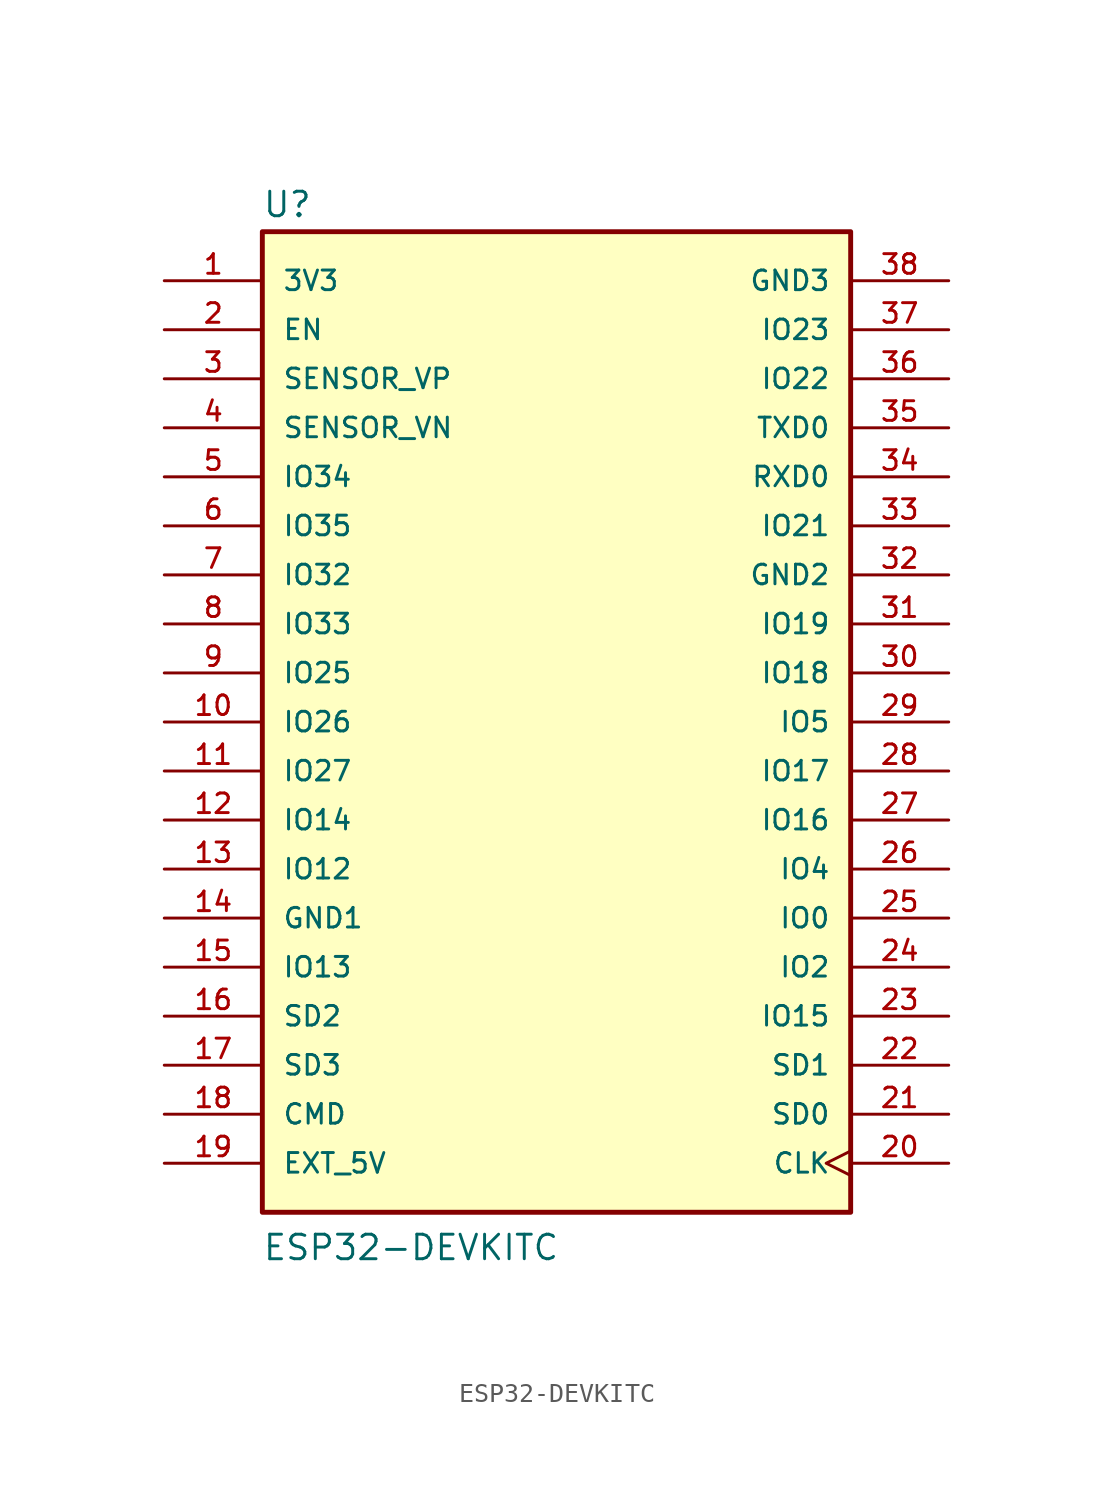
<source format=kicad_sym>
(kicad_symbol_lib
  (version 20211014)
  (generator kicad_symbol_editor)
  (symbol "ESP32-DEVKITC"
    (pin_names
      (offset 1.016))
    (property "Reference" "U"
      (at -15.257 26.064 0)
      (effects (font (size 1.27 1.27)) (justify bottom left)))
    (property "Value" "ESP32-DEVKITC"
      (at -15.256 -27.97 0)
      (effects (font (size 1.27 1.27)) (justify bottom left)))
    (symbol "ESP32-DEVKITC_0_0"
      (rectangle (start -15.24 -25.4) (end 15.24 25.4) (stroke (width 0.254)) (fill (type background)))
      (pin power_in line (at -20.32 22.86 0) (length 5.08) (name "3V3" (effects (font (size 1.016 1.016)))) (number "1" (effects (font (size 1.016 1.016)))))
      (pin input line (at -20.32 20.32 0) (length 5.08) (name "EN" (effects (font (size 1.016 1.016)))) (number "2" (effects (font (size 1.016 1.016)))))
      (pin input line (at -20.32 17.78 0) (length 5.08) (name "SENSOR_VP" (effects (font (size 1.016 1.016)))) (number "3" (effects (font (size 1.016 1.016)))))
      (pin input line (at -20.32 15.24 0) (length 5.08) (name "SENSOR_VN" (effects (font (size 1.016 1.016)))) (number "4" (effects (font (size 1.016 1.016)))))
      (pin bidirectional line (at -20.32 12.7 0) (length 5.08) (name "IO34" (effects (font (size 1.016 1.016)))) (number "5" (effects (font (size 1.016 1.016)))))
      (pin bidirectional line (at -20.32 10.16 0) (length 5.08) (name "IO35" (effects (font (size 1.016 1.016)))) (number "6" (effects (font (size 1.016 1.016)))))
      (pin bidirectional line (at -20.32 7.62 0) (length 5.08) (name "IO32" (effects (font (size 1.016 1.016)))) (number "7" (effects (font (size 1.016 1.016)))))
      (pin bidirectional line (at -20.32 5.08 0) (length 5.08) (name "IO33" (effects (font (size 1.016 1.016)))) (number "8" (effects (font (size 1.016 1.016)))))
      (pin bidirectional line (at -20.32 2.54 0) (length 5.08) (name "IO25" (effects (font (size 1.016 1.016)))) (number "9" (effects (font (size 1.016 1.016)))))
      (pin bidirectional line (at -20.32 0.0 0) (length 5.08) (name "IO26" (effects (font (size 1.016 1.016)))) (number "10" (effects (font (size 1.016 1.016)))))
      (pin bidirectional line (at -20.32 -2.54 0) (length 5.08) (name "IO27" (effects (font (size 1.016 1.016)))) (number "11" (effects (font (size 1.016 1.016)))))
      (pin bidirectional line (at -20.32 -5.08 0) (length 5.08) (name "IO14" (effects (font (size 1.016 1.016)))) (number "12" (effects (font (size 1.016 1.016)))))
      (pin bidirectional line (at -20.32 -7.62 0) (length 5.08) (name "IO12" (effects (font (size 1.016 1.016)))) (number "13" (effects (font (size 1.016 1.016)))))
      (pin power_in line (at -20.32 -10.16 0) (length 5.08) (name "GND1" (effects (font (size 1.016 1.016)))) (number "14" (effects (font (size 1.016 1.016)))))
      (pin bidirectional line (at -20.32 -12.7 0) (length 5.08) (name "IO13" (effects (font (size 1.016 1.016)))) (number "15" (effects (font (size 1.016 1.016)))))
      (pin bidirectional line (at -20.32 -15.24 0) (length 5.08) (name "SD2" (effects (font (size 1.016 1.016)))) (number "16" (effects (font (size 1.016 1.016)))))
      (pin bidirectional line (at -20.32 -17.78 0) (length 5.08) (name "SD3" (effects (font (size 1.016 1.016)))) (number "17" (effects (font (size 1.016 1.016)))))
      (pin bidirectional line (at -20.32 -20.32 0) (length 5.08) (name "CMD" (effects (font (size 1.016 1.016)))) (number "18" (effects (font (size 1.016 1.016)))))
      (pin power_in line (at -20.32 -22.86 0) (length 5.08) (name "EXT_5V" (effects (font (size 1.016 1.016)))) (number "19" (effects (font (size 1.016 1.016)))))
      (pin input clock (at 20.32 -22.86 180.0) (length 5.08) (name "CLK" (effects (font (size 1.016 1.016)))) (number "20" (effects (font (size 1.016 1.016)))))
      (pin bidirectional line (at 20.32 -20.32 180.0) (length 5.08) (name "SD0" (effects (font (size 1.016 1.016)))) (number "21" (effects (font (size 1.016 1.016)))))
      (pin bidirectional line (at 20.32 -17.78 180.0) (length 5.08) (name "SD1" (effects (font (size 1.016 1.016)))) (number "22" (effects (font (size 1.016 1.016)))))
      (pin bidirectional line (at 20.32 -15.24 180.0) (length 5.08) (name "IO15" (effects (font (size 1.016 1.016)))) (number "23" (effects (font (size 1.016 1.016)))))
      (pin bidirectional line (at 20.32 -12.7 180.0) (length 5.08) (name "IO2" (effects (font (size 1.016 1.016)))) (number "24" (effects (font (size 1.016 1.016)))))
      (pin bidirectional line (at 20.32 -10.16 180.0) (length 5.08) (name "IO0" (effects (font (size 1.016 1.016)))) (number "25" (effects (font (size 1.016 1.016)))))
      (pin bidirectional line (at 20.32 -7.62 180.0) (length 5.08) (name "IO4" (effects (font (size 1.016 1.016)))) (number "26" (effects (font (size 1.016 1.016)))))
      (pin bidirectional line (at 20.32 -5.08 180.0) (length 5.08) (name "IO16" (effects (font (size 1.016 1.016)))) (number "27" (effects (font (size 1.016 1.016)))))
      (pin bidirectional line (at 20.32 -2.54 180.0) (length 5.08) (name "IO17" (effects (font (size 1.016 1.016)))) (number "28" (effects (font (size 1.016 1.016)))))
      (pin bidirectional line (at 20.32 0.0 180.0) (length 5.08) (name "IO5" (effects (font (size 1.016 1.016)))) (number "29" (effects (font (size 1.016 1.016)))))
      (pin bidirectional line (at 20.32 2.54 180.0) (length 5.08) (name "IO18" (effects (font (size 1.016 1.016)))) (number "30" (effects (font (size 1.016 1.016)))))
      (pin bidirectional line (at 20.32 5.08 180.0) (length 5.08) (name "IO19" (effects (font (size 1.016 1.016)))) (number "31" (effects (font (size 1.016 1.016)))))
      (pin power_in line (at 20.32 7.62 180.0) (length 5.08) (name "GND2" (effects (font (size 1.016 1.016)))) (number "32" (effects (font (size 1.016 1.016)))))
      (pin bidirectional line (at 20.32 10.16 180.0) (length 5.08) (name "IO21" (effects (font (size 1.016 1.016)))) (number "33" (effects (font (size 1.016 1.016)))))
      (pin input line (at 20.32 12.7 180.0) (length 5.08) (name "RXD0" (effects (font (size 1.016 1.016)))) (number "34" (effects (font (size 1.016 1.016)))))
      (pin output line (at 20.32 15.24 180.0) (length 5.08) (name "TXD0" (effects (font (size 1.016 1.016)))) (number "35" (effects (font (size 1.016 1.016)))))
      (pin bidirectional line (at 20.32 17.78 180.0) (length 5.08) (name "IO22" (effects (font (size 1.016 1.016)))) (number "36" (effects (font (size 1.016 1.016)))))
      (pin bidirectional line (at 20.32 20.32 180.0) (length 5.08) (name "IO23" (effects (font (size 1.016 1.016)))) (number "37" (effects (font (size 1.016 1.016)))))
      (pin power_in line (at 20.32 22.86 180.0) (length 5.08) (name "GND3" (effects (font (size 1.016 1.016)))) (number "38" (effects (font (size 1.016 1.016))))))))
</source>
